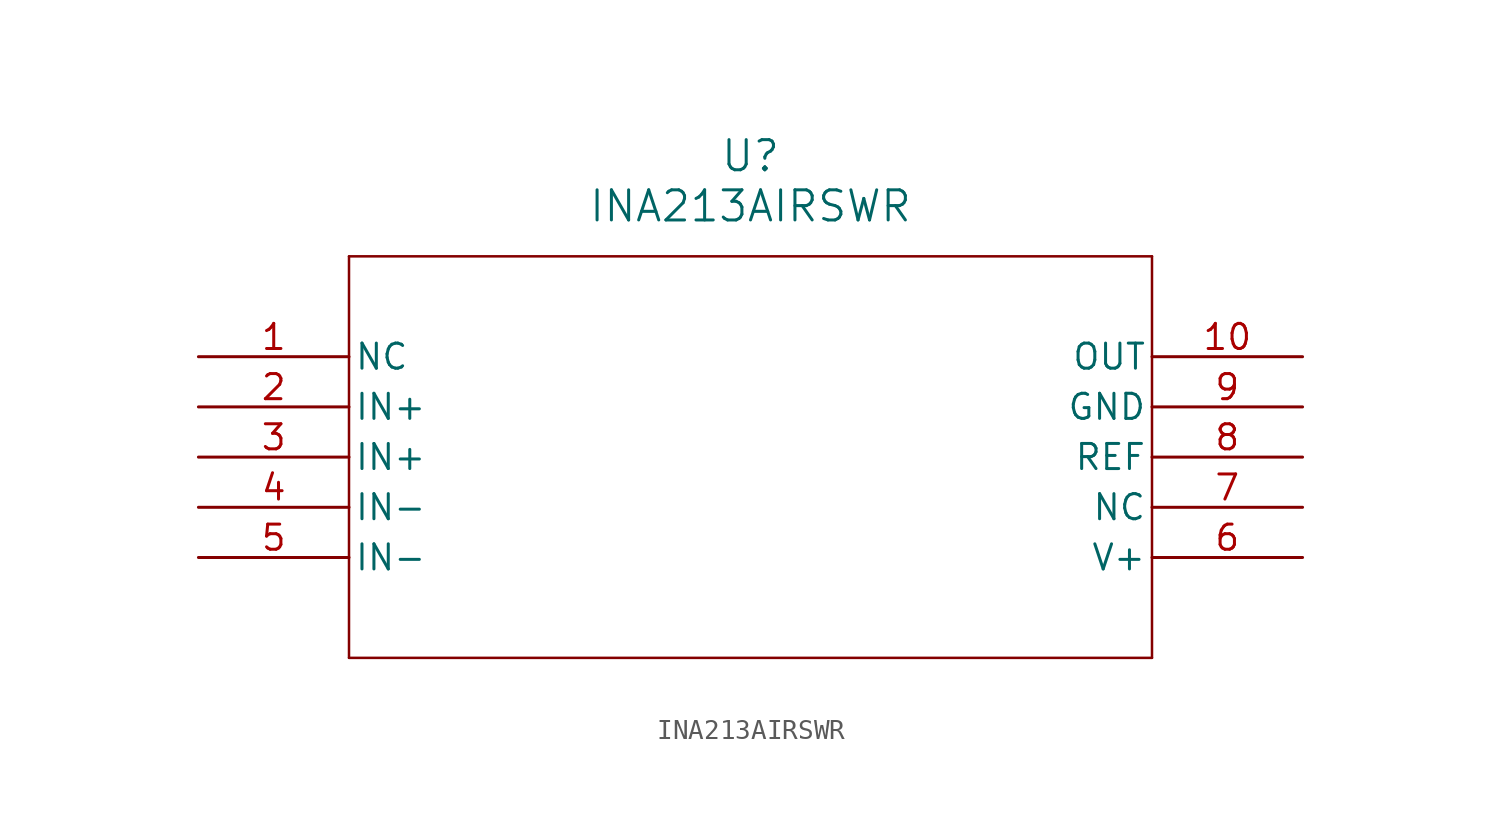
<source format=kicad_sym>
(kicad_symbol_lib
  (version 20211014)
  (generator kicad_symbol_editor)
  (symbol "INA213AIRSWR"
    (pin_names
      (offset 0.254))
    (property "Reference" "U"
      (at 27.94 10.16 0)
      (effects (font (size 1.524 1.524))))
    (property "Value" "INA213AIRSWR"
      (at 27.94 7.62 0)
      (effects (font (size 1.524 1.524))))
    (symbol "INA213AIRSWR_0_1"
      (polyline (pts (xy 7.62 5.08) (xy 7.62 -15.24)) (stroke (width 0.127) (type default) (color 0 0 0 0)) (fill (type none)))
      (polyline (pts (xy 7.62 -15.24) (xy 48.26 -15.24)) (stroke (width 0.127) (type default) (color 0 0 0 0)) (fill (type none)))
      (polyline (pts (xy 48.26 -15.24) (xy 48.26 5.08)) (stroke (width 0.127) (type default) (color 0 0 0 0)) (fill (type none)))
      (polyline (pts (xy 48.26 5.08) (xy 7.62 5.08)) (stroke (width 0.127) (type default) (color 0 0 0 0)) (fill (type none)))
      (pin unspecified line (at 0 0 0) (length 7.62) (name "NC" (effects (font (size 1.27 1.27)))) (number "1" (effects (font (size 1.27 1.27)))))
      (pin input line (at 0 -2.54 0) (length 7.62) (name "IN+" (effects (font (size 1.27 1.27)))) (number "2" (effects (font (size 1.27 1.27)))))
      (pin input line (at 0 -5.08 0) (length 7.62) (name "IN+" (effects (font (size 1.27 1.27)))) (number "3" (effects (font (size 1.27 1.27)))))
      (pin input line (at 0 -7.62 0) (length 7.62) (name "IN-" (effects (font (size 1.27 1.27)))) (number "4" (effects (font (size 1.27 1.27)))))
      (pin input line (at 0 -10.16 0) (length 7.62) (name "IN-" (effects (font (size 1.27 1.27)))) (number "5" (effects (font (size 1.27 1.27)))))
      (pin power_in line (at 55.88 -10.16 180) (length 7.62) (name "V+" (effects (font (size 1.27 1.27)))) (number "6" (effects (font (size 1.27 1.27)))))
      (pin unspecified line (at 55.88 -7.62 180) (length 7.62) (name "NC" (effects (font (size 1.27 1.27)))) (number "7" (effects (font (size 1.27 1.27)))))
      (pin power_in line (at 55.88 -5.08 180) (length 7.62) (name "REF" (effects (font (size 1.27 1.27)))) (number "8" (effects (font (size 1.27 1.27)))))
      (pin power_in line (at 55.88 -2.54 180) (length 7.62) (name "GND" (effects (font (size 1.27 1.27)))) (number "9" (effects (font (size 1.27 1.27)))))
      (pin output line (at 55.88 0 180) (length 7.62) (name "OUT" (effects (font (size 1.27 1.27)))) (number "10" (effects (font (size 1.27 1.27))))))))
</source>
